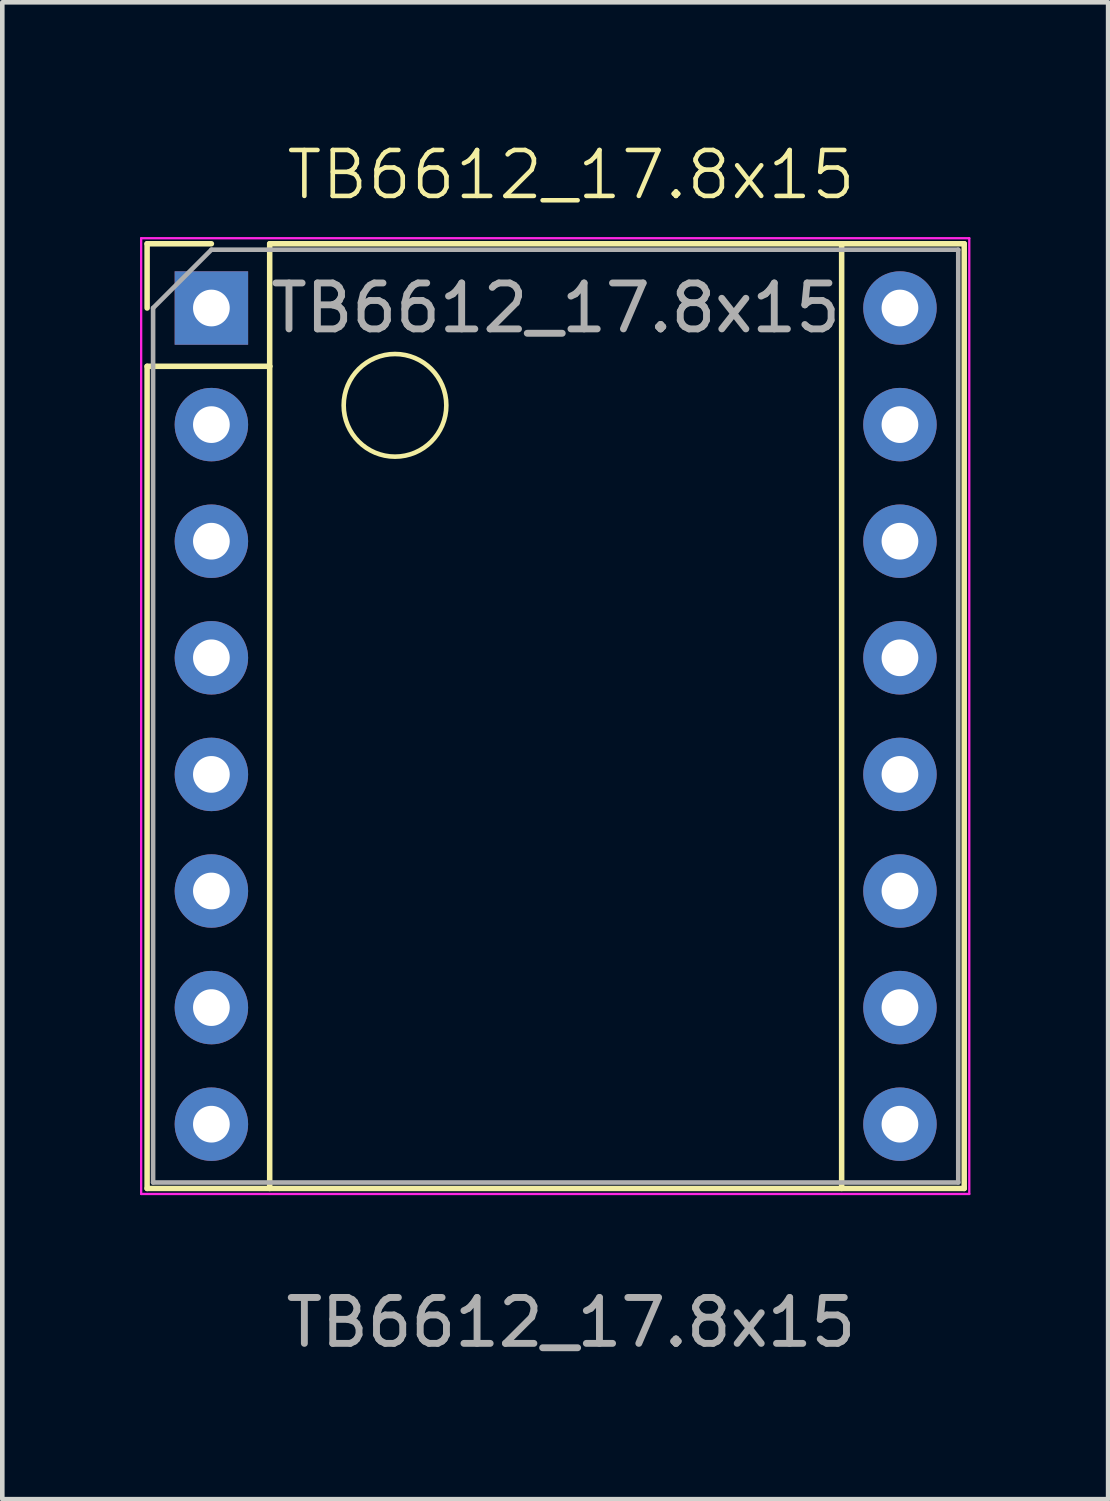
<source format=kicad_pcb>
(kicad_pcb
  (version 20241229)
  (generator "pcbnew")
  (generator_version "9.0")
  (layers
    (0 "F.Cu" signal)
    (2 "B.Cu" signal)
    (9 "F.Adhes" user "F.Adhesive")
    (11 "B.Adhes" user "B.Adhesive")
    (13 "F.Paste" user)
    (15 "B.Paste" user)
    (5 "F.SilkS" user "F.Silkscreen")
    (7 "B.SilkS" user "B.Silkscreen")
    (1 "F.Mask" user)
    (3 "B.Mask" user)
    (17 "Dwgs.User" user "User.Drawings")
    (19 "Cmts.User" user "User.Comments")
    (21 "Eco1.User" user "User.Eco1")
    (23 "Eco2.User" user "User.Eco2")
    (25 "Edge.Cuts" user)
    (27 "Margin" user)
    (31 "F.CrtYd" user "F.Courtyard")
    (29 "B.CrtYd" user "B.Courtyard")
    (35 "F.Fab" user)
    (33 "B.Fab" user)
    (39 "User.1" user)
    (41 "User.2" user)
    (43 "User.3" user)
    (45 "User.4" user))
  (footprint "TB6612_17.8x15"
    (layer "F.Cu")
    (at 9.055 12.28)
    (property "Reference" "TB6612_17.8x15" (at 0.335 -11.52 0) (unlocked yes) (layer "F.SilkS") (effects (font (size 1 1) (thickness 0.1))))
    (attr smd)
    (fp_line (start -8.9 -10.02) (end -8.9 -8.62) (stroke (width 0.12) (type solid)) (layer "F.SilkS"))
    (fp_line (start -8.9 -7.35) (end -8.9 10.56) (stroke (width 0.12) (type solid)) (layer "F.SilkS"))
    (fp_line (start -8.9 10.56) (end 8.9 10.56) (stroke (width 0.12) (type solid)) (layer "F.SilkS"))
    (fp_line (start -7.5 -10.02) (end -8.9 -10.02) (stroke (width 0.12) (type solid)) (layer "F.SilkS"))
    (fp_line (start -6.23 -10.02) (end -6.23 -7.35) (stroke (width 0.12) (type solid)) (layer "F.SilkS"))
    (fp_line (start -6.23 -7.35) (end -8.9 -7.35) (stroke (width 0.12) (type solid)) (layer "F.SilkS"))
    (fp_line (start -6.23 -7.35) (end -6.23 10.56) (stroke (width 0.12) (type solid)) (layer "F.SilkS"))
    (fp_line (start 6.23 -10.02) (end 6.23 10.56) (stroke (width 0.12) (type solid)) (layer "F.SilkS"))
    (fp_line (start 8.9 -10.02) (end -6.23 -10.02) (stroke (width 0.12) (type solid)) (layer "F.SilkS"))
    (fp_line (start 8.9 10.56) (end 8.9 -10.02) (stroke (width 0.12) (type solid)) (layer "F.SilkS"))
    (fp_circle (center -3.5 -6.5) (end -3 -5.5) (stroke (width 0.1) (type default)) (fill no) (layer "F.SilkS"))
    (fp_line (start -9.03 -10.14) (end -9.03 10.68) (stroke (width 0.05) (type solid)) (layer "F.CrtYd"))
    (fp_line (start -9.03 -10.14) (end 9.01 -10.14) (stroke (width 0.05) (type solid)) (layer "F.CrtYd"))
    (fp_line (start 9.01 10.68) (end -9.03 10.68) (stroke (width 0.05) (type solid)) (layer "F.CrtYd"))
    (fp_line (start 9.01 10.68) (end 9.01 -10.14) (stroke (width 0.05) (type solid)) (layer "F.CrtYd"))
    (fp_line (start -8.77 -8.62) (end -7.5 -9.89) (stroke (width 0.1) (type solid)) (layer "F.Fab"))
    (fp_line (start -8.77 10.43) (end -8.77 -8.62) (stroke (width 0.1) (type solid)) (layer "F.Fab"))
    (fp_line (start -7.5 -9.89) (end 8.77 -9.89) (stroke (width 0.1) (type solid)) (layer "F.Fab"))
    (fp_line (start 8.77 -9.89) (end 8.77 10.43) (stroke (width 0.1) (type solid)) (layer "F.Fab"))
    (fp_line (start 8.77 10.43) (end -8.77 10.43) (stroke (width 0.1) (type solid)) (layer "F.Fab"))
    (fp_text user "${REFERENCE}" (at 0 -8.62 0) (layer "F.Fab") (effects (font (size 1 1) (thickness 0.15))))
    (fp_text user "${REFERENCE}" (at 0.335 13.48 0) (unlocked yes) (layer "F.Fab") (effects (font (size 1 1) (thickness 0.15))))
    (pad "1" thru_hole rect (at -7.5 -8.62) (size 1.6 1.6) (drill 0.8) (layers "*.Cu" "*.Mask"))
    (pad "2" thru_hole oval (at -7.5 -6.08) (size 1.6 1.6) (drill 0.8) (layers "*.Cu" "*.Mask"))
    (pad "3" thru_hole oval (at -7.5 -3.54) (size 1.6 1.6) (drill 0.8) (layers "*.Cu" "*.Mask"))
    (pad "4" thru_hole oval (at -7.5 -1) (size 1.6 1.6) (drill 0.8) (layers "*.Cu" "*.Mask"))
    (pad "5" thru_hole oval (at -7.5 1.54) (size 1.6 1.6) (drill 0.8) (layers "*.Cu" "*.Mask"))
    (pad "6" thru_hole oval (at -7.5 4.08) (size 1.6 1.6) (drill 0.8) (layers "*.Cu" "*.Mask"))
    (pad "7" thru_hole oval (at -7.5 6.62) (size 1.6 1.6) (drill 0.8) (layers "*.Cu" "*.Mask"))
    (pad "8" thru_hole oval (at -7.5 9.16) (size 1.6 1.6) (drill 0.8) (layers "*.Cu" "*.Mask"))
    (pad "9" thru_hole oval (at 7.5 -8.62) (size 1.6 1.6) (drill 0.8) (layers "*.Cu" "*.Mask"))
    (pad "10" thru_hole oval (at 7.5 -6.08) (size 1.6 1.6) (drill 0.8) (layers "*.Cu" "*.Mask"))
    (pad "11" thru_hole oval (at 7.5 -3.54) (size 1.6 1.6) (drill 0.8) (layers "*.Cu" "*.Mask"))
    (pad "12" thru_hole oval (at 7.5 -1) (size 1.6 1.6) (drill 0.8) (layers "*.Cu" "*.Mask"))
    (pad "13" thru_hole oval (at 7.5 1.54) (size 1.6 1.6) (drill 0.8) (layers "*.Cu" "*.Mask"))
    (pad "14" thru_hole oval (at 7.5 4.08) (size 1.6 1.6) (drill 0.8) (layers "*.Cu" "*.Mask"))
    (pad "15" thru_hole oval (at 7.5 6.62) (size 1.6 1.6) (drill 0.8) (layers "*.Cu" "*.Mask"))
    (pad "16" thru_hole oval (at 7.5 9.16) (size 1.6 1.6) (drill 0.8) (layers "*.Cu" "*.Mask")))
  (gr_rect
    (start -3 -3)
    (end 21.09 29.609)
    (stroke (width 0.1) (type default))
    (fill no)
    (layer "Edge.Cuts")))
</source>
